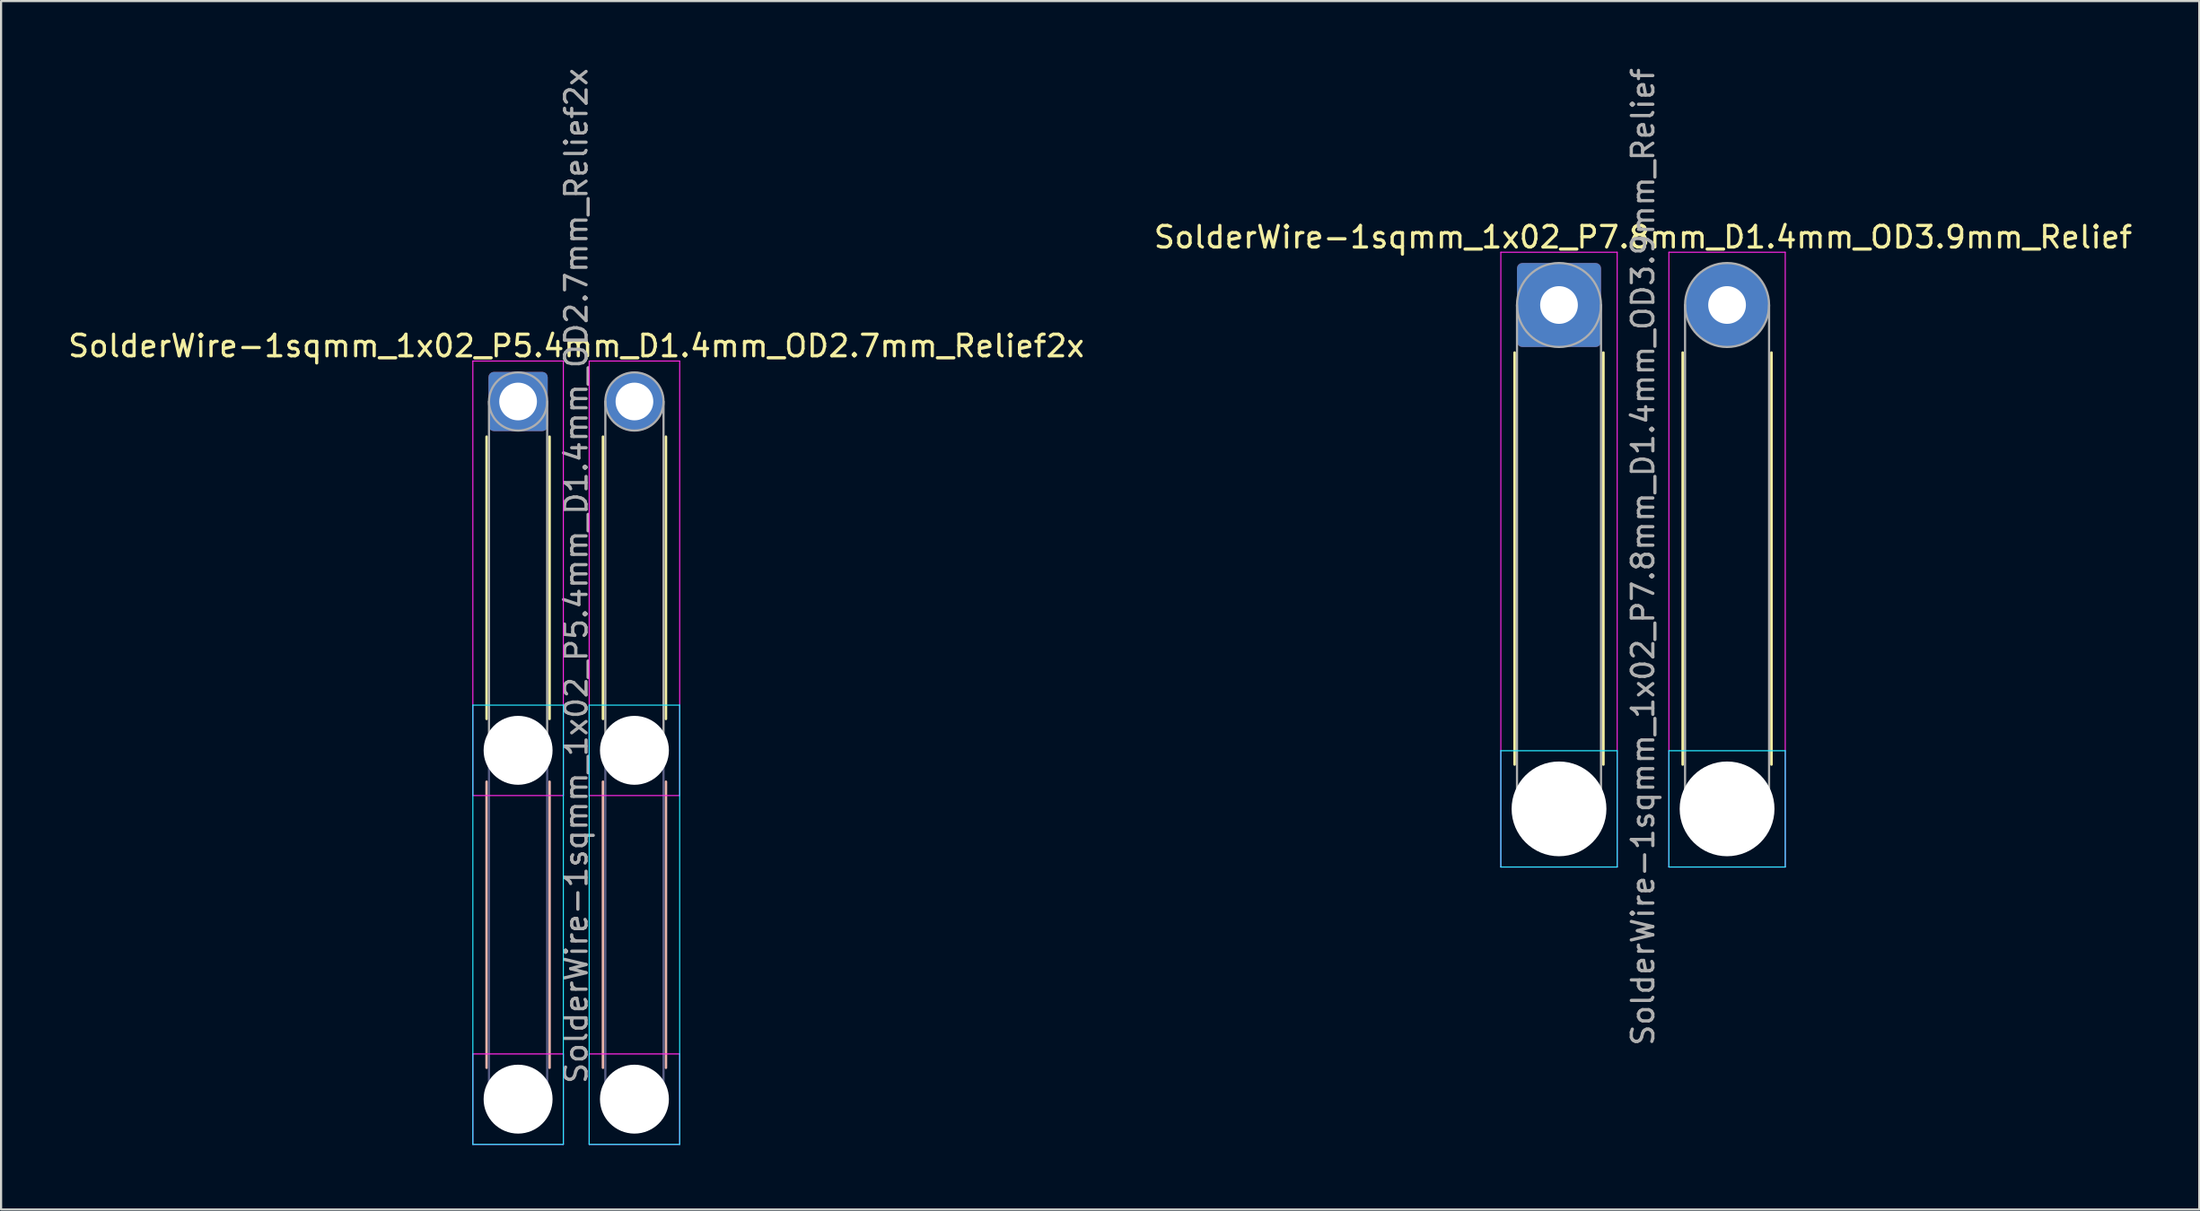
<source format=kicad_pcb>
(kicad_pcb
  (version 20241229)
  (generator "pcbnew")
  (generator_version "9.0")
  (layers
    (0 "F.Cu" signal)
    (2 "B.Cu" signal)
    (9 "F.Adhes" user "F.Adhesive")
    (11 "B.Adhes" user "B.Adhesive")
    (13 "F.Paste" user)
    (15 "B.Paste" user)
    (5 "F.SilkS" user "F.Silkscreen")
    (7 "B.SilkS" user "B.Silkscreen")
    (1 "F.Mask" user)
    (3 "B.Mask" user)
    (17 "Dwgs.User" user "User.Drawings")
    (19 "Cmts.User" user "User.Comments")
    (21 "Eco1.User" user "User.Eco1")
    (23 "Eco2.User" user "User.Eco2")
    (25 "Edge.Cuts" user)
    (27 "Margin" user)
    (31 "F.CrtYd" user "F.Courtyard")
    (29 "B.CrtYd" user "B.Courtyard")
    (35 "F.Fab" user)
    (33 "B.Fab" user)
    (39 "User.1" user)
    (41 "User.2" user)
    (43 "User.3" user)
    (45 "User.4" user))
  (footprint "SolderWire-1sqmm_1x02_P5.4mm_D1.4mm_OD2.7mm_Relief2x"
    (layer "F.Cu")
    (at 20.996 15.596)
    (property "Reference" "SolderWire-1sqmm_1x02_P5.4mm_D1.4mm_OD2.7mm_Relief2x" (at 2.7 -2.58 0) (layer "F.SilkS") (effects (font (size 1 1) (thickness 0.15))))
    (attr exclude_from_pos_files exclude_from_bom)
    (fp_line (start -1.46 1.635) (end -1.46 14.74) (stroke (width 0.12) (type solid)) (layer "F.SilkS"))
    (fp_line (start 1.46 1.635) (end 1.46 14.74) (stroke (width 0.12) (type solid)) (layer "F.SilkS"))
    (fp_line (start 3.94 1.635) (end 3.94 14.74) (stroke (width 0.12) (type solid)) (layer "F.SilkS"))
    (fp_line (start 6.86 1.635) (end 6.86 14.74) (stroke (width 0.12) (type solid)) (layer "F.SilkS"))
    (fp_line (start -1.46 17.66) (end -1.46 30.94) (stroke (width 0.12) (type solid)) (layer "B.SilkS"))
    (fp_line (start 1.46 17.66) (end 1.46 30.94) (stroke (width 0.12) (type solid)) (layer "B.SilkS"))
    (fp_line (start 3.94 17.66) (end 3.94 30.94) (stroke (width 0.12) (type solid)) (layer "B.SilkS"))
    (fp_line (start 6.86 17.66) (end 6.86 30.94) (stroke (width 0.12) (type solid)) (layer "B.SilkS"))
    (fp_line (start -2.1 14.1) (end -2.1 34.5) (stroke (width 0.05) (type solid)) (layer "B.CrtYd"))
    (fp_line (start -2.1 34.5) (end 2.1 34.5) (stroke (width 0.05) (type solid)) (layer "B.CrtYd"))
    (fp_line (start 2.1 14.1) (end -2.1 14.1) (stroke (width 0.05) (type solid)) (layer "B.CrtYd"))
    (fp_line (start 2.1 34.5) (end 2.1 14.1) (stroke (width 0.05) (type solid)) (layer "B.CrtYd"))
    (fp_line (start 3.3 14.1) (end 3.3 34.5) (stroke (width 0.05) (type solid)) (layer "B.CrtYd"))
    (fp_line (start 3.3 34.5) (end 7.5 34.5) (stroke (width 0.05) (type solid)) (layer "B.CrtYd"))
    (fp_line (start 7.5 14.1) (end 3.3 14.1) (stroke (width 0.05) (type solid)) (layer "B.CrtYd"))
    (fp_line (start 7.5 34.5) (end 7.5 14.1) (stroke (width 0.05) (type solid)) (layer "B.CrtYd"))
    (fp_line (start -2.1 -1.88) (end -2.1 18.3) (stroke (width 0.05) (type solid)) (layer "F.CrtYd"))
    (fp_line (start -2.1 18.3) (end 2.1 18.3) (stroke (width 0.05) (type solid)) (layer "F.CrtYd"))
    (fp_line (start -2.1 30.3) (end -2.1 34.5) (stroke (width 0.05) (type solid)) (layer "F.CrtYd"))
    (fp_line (start -2.1 34.5) (end 2.1 34.5) (stroke (width 0.05) (type solid)) (layer "F.CrtYd"))
    (fp_line (start 2.1 -1.88) (end -2.1 -1.88) (stroke (width 0.05) (type solid)) (layer "F.CrtYd"))
    (fp_line (start 2.1 18.3) (end 2.1 -1.88) (stroke (width 0.05) (type solid)) (layer "F.CrtYd"))
    (fp_line (start 2.1 30.3) (end -2.1 30.3) (stroke (width 0.05) (type solid)) (layer "F.CrtYd"))
    (fp_line (start 2.1 34.5) (end 2.1 30.3) (stroke (width 0.05) (type solid)) (layer "F.CrtYd"))
    (fp_line (start 3.3 -1.88) (end 3.3 18.3) (stroke (width 0.05) (type solid)) (layer "F.CrtYd"))
    (fp_line (start 3.3 18.3) (end 7.5 18.3) (stroke (width 0.05) (type solid)) (layer "F.CrtYd"))
    (fp_line (start 3.3 30.3) (end 3.3 34.5) (stroke (width 0.05) (type solid)) (layer "F.CrtYd"))
    (fp_line (start 3.3 34.5) (end 7.5 34.5) (stroke (width 0.05) (type solid)) (layer "F.CrtYd"))
    (fp_line (start 7.5 -1.88) (end 3.3 -1.88) (stroke (width 0.05) (type solid)) (layer "F.CrtYd"))
    (fp_line (start 7.5 18.3) (end 7.5 -1.88) (stroke (width 0.05) (type solid)) (layer "F.CrtYd"))
    (fp_line (start 7.5 30.3) (end 3.3 30.3) (stroke (width 0.05) (type solid)) (layer "F.CrtYd"))
    (fp_line (start 7.5 34.5) (end 7.5 30.3) (stroke (width 0.05) (type solid)) (layer "F.CrtYd"))
    (fp_line (start -1.35 16.2) (end -1.35 32.4) (stroke (width 0.1) (type solid)) (layer "B.Fab"))
    (fp_line (start 1.35 16.2) (end 1.35 32.4) (stroke (width 0.1) (type solid)) (layer "B.Fab"))
    (fp_line (start 4.05 16.2) (end 4.05 32.4) (stroke (width 0.1) (type solid)) (layer "B.Fab"))
    (fp_line (start 6.75 16.2) (end 6.75 32.4) (stroke (width 0.1) (type solid)) (layer "B.Fab"))
    (fp_circle (center 0 16.2) (end 1.35 16.2) (stroke (width 0.1) (type solid)) (fill no) (layer "B.Fab"))
    (fp_circle (center 0 32.4) (end 1.35 32.4) (stroke (width 0.1) (type solid)) (fill no) (layer "B.Fab"))
    (fp_circle (center 5.4 16.2) (end 6.75 16.2) (stroke (width 0.1) (type solid)) (fill no) (layer "B.Fab"))
    (fp_circle (center 5.4 32.4) (end 6.75 32.4) (stroke (width 0.1) (type solid)) (fill no) (layer "B.Fab"))
    (fp_line (start -1.35 0) (end -1.35 16.2) (stroke (width 0.1) (type solid)) (layer "F.Fab"))
    (fp_line (start 1.35 0) (end 1.35 16.2) (stroke (width 0.1) (type solid)) (layer "F.Fab"))
    (fp_line (start 4.05 0) (end 4.05 16.2) (stroke (width 0.1) (type solid)) (layer "F.Fab"))
    (fp_line (start 6.75 0) (end 6.75 16.2) (stroke (width 0.1) (type solid)) (layer "F.Fab"))
    (fp_circle (center 0 0) (end 1.35 0) (stroke (width 0.1) (type solid)) (fill no) (layer "F.Fab"))
    (fp_circle (center 0 16.2) (end 1.35 16.2) (stroke (width 0.1) (type solid)) (fill no) (layer "F.Fab"))
    (fp_circle (center 0 32.4) (end 1.35 32.4) (stroke (width 0.1) (type solid)) (fill no) (layer "F.Fab"))
    (fp_circle (center 5.4 0) (end 6.75 0) (stroke (width 0.1) (type solid)) (fill no) (layer "F.Fab"))
    (fp_circle (center 5.4 16.2) (end 6.75 16.2) (stroke (width 0.1) (type solid)) (fill no) (layer "F.Fab"))
    (fp_circle (center 5.4 32.4) (end 6.75 32.4) (stroke (width 0.1) (type solid)) (fill no) (layer "F.Fab"))
    (fp_text user "${REFERENCE}" (at 2.7 8.1 90) (layer "F.Fab") (effects (font (size 1 1) (thickness 0.15))))
    (pad "" np_thru_hole circle (at 0 16.2) (size 3.2 3.2) (drill 3.2) (layers "*.Cu" "*.Mask"))
    (pad "" np_thru_hole circle (at 0 32.4) (size 3.2 3.2) (drill 3.2) (layers "*.Cu" "*.Mask"))
    (pad "" np_thru_hole circle (at 5.4 16.2) (size 3.2 3.2) (drill 3.2) (layers "*.Cu" "*.Mask"))
    (pad "" np_thru_hole circle (at 5.4 32.4) (size 3.2 3.2) (drill 3.2) (layers "*.Cu" "*.Mask"))
    (pad "1" thru_hole roundrect (at 0 0) (size 2.75 2.75) (drill 1.75) (layers "*.Cu" "*.Mask") (roundrect_rratio 0.091))
    (pad "2" thru_hole circle (at 5.4 0) (size 2.75 2.75) (drill 1.75) (layers "*.Cu" "*.Mask")))
  (footprint "SolderWire-1sqmm_1x02_P7.8mm_D1.4mm_OD3.9mm_Relief"
    (layer "F.Cu")
    (at 69.308 11.115)
    (property "Reference" "SolderWire-1sqmm_1x02_P7.8mm_D1.4mm_OD3.9mm_Relief" (at 3.9 -3.15 0) (layer "F.SilkS") (effects (font (size 1 1) (thickness 0.15))))
    (attr exclude_from_pos_files exclude_from_bom)
    (fp_line (start -2.06 2.21) (end -2.06 21.34) (stroke (width 0.12) (type solid)) (layer "F.SilkS"))
    (fp_line (start 2.06 2.21) (end 2.06 21.34) (stroke (width 0.12) (type solid)) (layer "F.SilkS"))
    (fp_line (start 5.74 2.21) (end 5.74 21.34) (stroke (width 0.12) (type solid)) (layer "F.SilkS"))
    (fp_line (start 9.86 2.21) (end 9.86 21.34) (stroke (width 0.12) (type solid)) (layer "F.SilkS"))
    (fp_line (start -2.7 20.7) (end -2.7 26.1) (stroke (width 0.05) (type solid)) (layer "B.CrtYd"))
    (fp_line (start -2.7 26.1) (end 2.7 26.1) (stroke (width 0.05) (type solid)) (layer "B.CrtYd"))
    (fp_line (start 2.7 20.7) (end -2.7 20.7) (stroke (width 0.05) (type solid)) (layer "B.CrtYd"))
    (fp_line (start 2.7 26.1) (end 2.7 20.7) (stroke (width 0.05) (type solid)) (layer "B.CrtYd"))
    (fp_line (start 5.1 20.7) (end 5.1 26.1) (stroke (width 0.05) (type solid)) (layer "B.CrtYd"))
    (fp_line (start 5.1 26.1) (end 10.5 26.1) (stroke (width 0.05) (type solid)) (layer "B.CrtYd"))
    (fp_line (start 10.5 20.7) (end 5.1 20.7) (stroke (width 0.05) (type solid)) (layer "B.CrtYd"))
    (fp_line (start 10.5 26.1) (end 10.5 20.7) (stroke (width 0.05) (type solid)) (layer "B.CrtYd"))
    (fp_line (start -2.7 -2.45) (end -2.7 26.1) (stroke (width 0.05) (type solid)) (layer "F.CrtYd"))
    (fp_line (start -2.7 26.1) (end 2.7 26.1) (stroke (width 0.05) (type solid)) (layer "F.CrtYd"))
    (fp_line (start 2.7 -2.45) (end -2.7 -2.45) (stroke (width 0.05) (type solid)) (layer "F.CrtYd"))
    (fp_line (start 2.7 26.1) (end 2.7 -2.45) (stroke (width 0.05) (type solid)) (layer "F.CrtYd"))
    (fp_line (start 5.1 -2.45) (end 5.1 26.1) (stroke (width 0.05) (type solid)) (layer "F.CrtYd"))
    (fp_line (start 5.1 26.1) (end 10.5 26.1) (stroke (width 0.05) (type solid)) (layer "F.CrtYd"))
    (fp_line (start 10.5 -2.45) (end 5.1 -2.45) (stroke (width 0.05) (type solid)) (layer "F.CrtYd"))
    (fp_line (start 10.5 26.1) (end 10.5 -2.45) (stroke (width 0.05) (type solid)) (layer "F.CrtYd"))
    (fp_line (start -1.95 0) (end -1.95 23.4) (stroke (width 0.1) (type solid)) (layer "F.Fab"))
    (fp_line (start 1.95 0) (end 1.95 23.4) (stroke (width 0.1) (type solid)) (layer "F.Fab"))
    (fp_line (start 5.85 0) (end 5.85 23.4) (stroke (width 0.1) (type solid)) (layer "F.Fab"))
    (fp_line (start 9.75 0) (end 9.75 23.4) (stroke (width 0.1) (type solid)) (layer "F.Fab"))
    (fp_circle (center 0 0) (end 1.95 0) (stroke (width 0.1) (type solid)) (fill no) (layer "F.Fab"))
    (fp_circle (center 0 23.4) (end 1.95 23.4) (stroke (width 0.1) (type solid)) (fill no) (layer "F.Fab"))
    (fp_circle (center 7.8 0) (end 9.75 0) (stroke (width 0.1) (type solid)) (fill no) (layer "F.Fab"))
    (fp_circle (center 7.8 23.4) (end 9.75 23.4) (stroke (width 0.1) (type solid)) (fill no) (layer "F.Fab"))
    (fp_text user "${REFERENCE}" (at 3.9 11.7 90) (layer "F.Fab") (effects (font (size 1 1) (thickness 0.15))))
    (pad "" np_thru_hole circle (at 0 23.4) (size 4.4 4.4) (drill 4.4) (layers "*.Cu" "*.Mask"))
    (pad "" np_thru_hole circle (at 7.8 23.4) (size 4.4 4.4) (drill 4.4) (layers "*.Cu" "*.Mask"))
    (pad "1" thru_hole roundrect (at 0 0) (size 3.9 3.9) (drill 1.75) (layers "*.Cu" "*.Mask") (roundrect_rratio 0.064))
    (pad "2" thru_hole circle (at 7.8 0) (size 3.9 3.9) (drill 1.75) (layers "*.Cu" "*.Mask")))
  (gr_rect
    (start -3 -3)
    (end 99.024 53.121)
    (stroke (width 0.1) (type default))
    (fill no)
    (layer "Edge.Cuts")))
</source>
